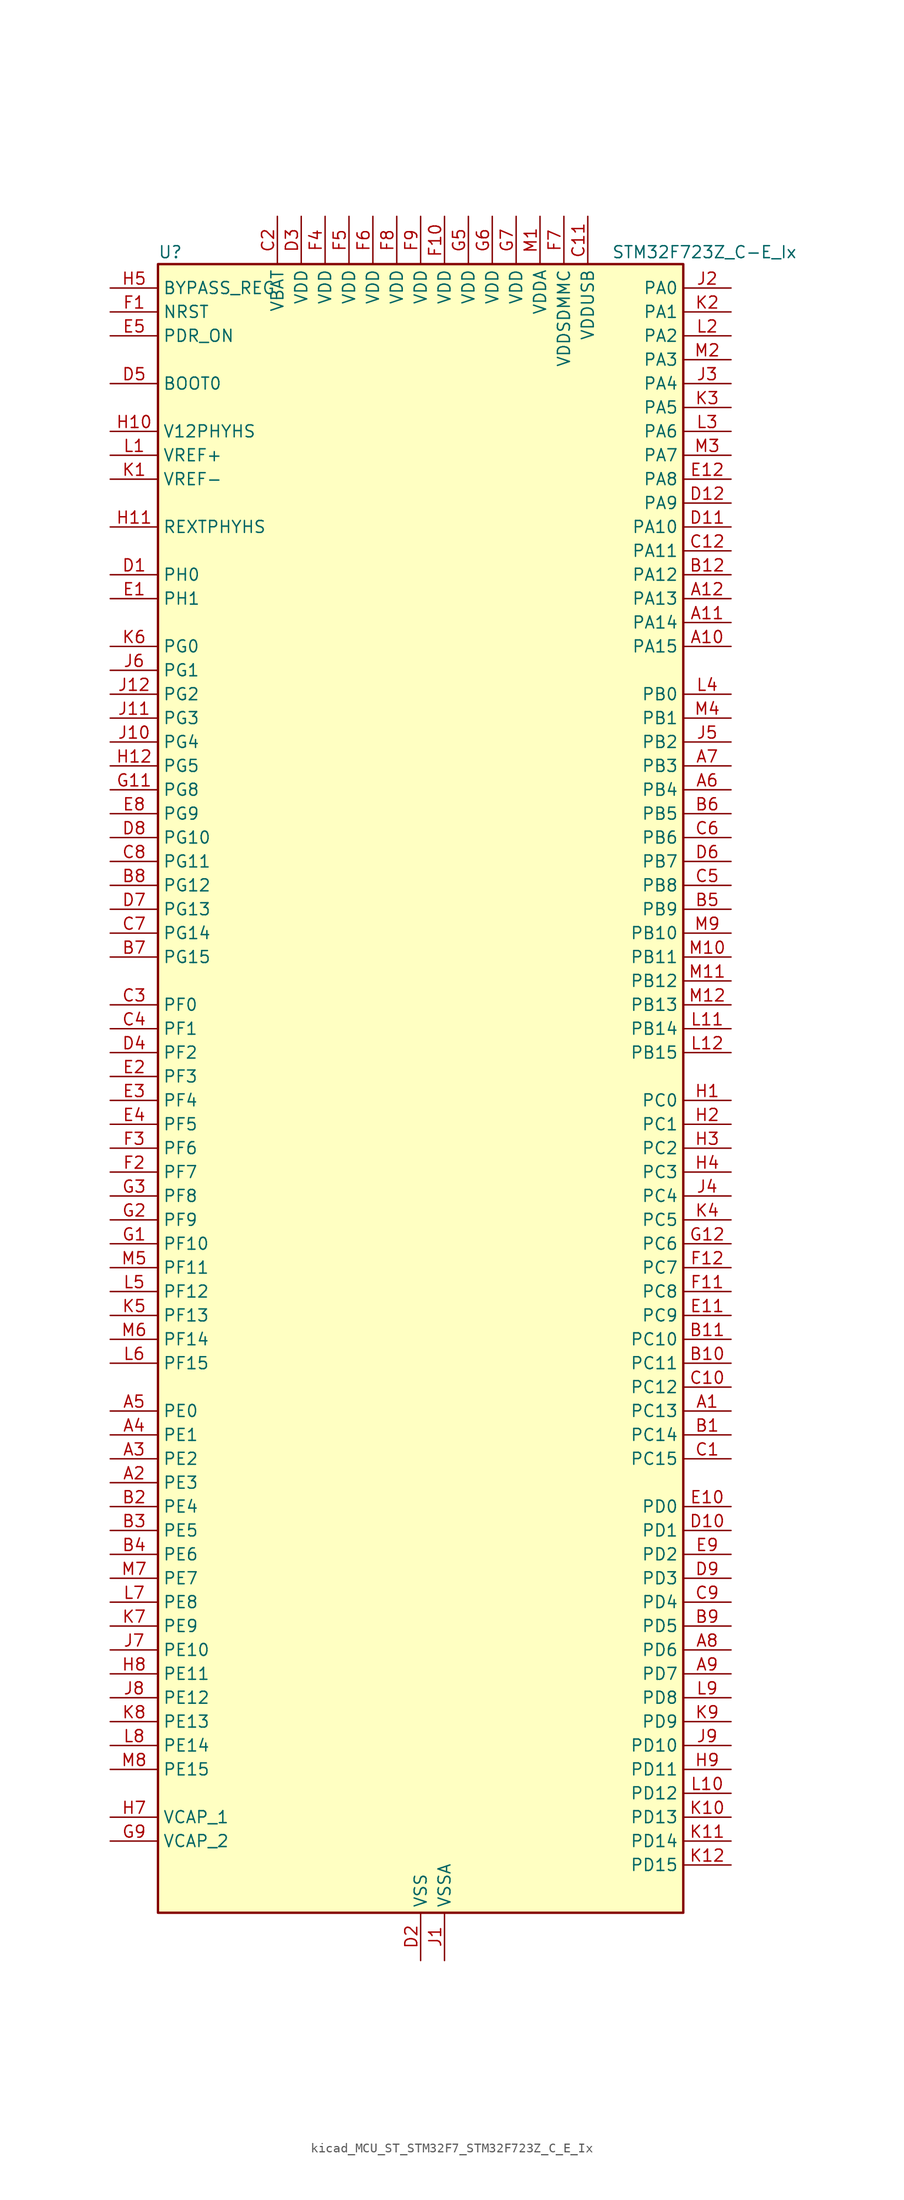
<source format=kicad_sym>
(kicad_symbol_lib
  (version 20220914)
  (generator kicad_symbol_editor)
  (symbol "kicad_MCU_ST_STM32F7_STM32F723Z_C_E_Ix"
    (property "Reference" "U"
      (at -27.94 90.17 0)
      (effects (font (size 1.27 1.27)) (justify left)))
    (property "Value" "STM32F723Z_C-E_Ix"
      (at 20.32 90.17 0)
      (effects (font (size 1.27 1.27)) (justify left)))
    (property "ki_locked" ""
      (at 0 0 0)
      (effects (font (size 1.27 1.27))))
    (symbol "kicad_MCU_ST_STM32F7_STM32F723Z_C_E_Ix_0_1"
      (rectangle (start -27.94 -86.36) (end 27.94 88.9) (stroke (width 0.254) (type default)) (fill (type background))))
    (symbol "kicad_MCU_ST_STM32F7_STM32F723Z_C_E_Ix_1_1"
      (pin bidirectional line (at 33.02 -33.02 180) (length 5.08) (name "PC13" (effects (font (size 1.27 1.27)))) (number "A1" (effects (font (size 1.27 1.27)))) (alternate "RTC_OUT" bidirectional line) (alternate "RTC_TAMP1" bidirectional line) (alternate "RTC_TS" bidirectional line) (alternate "SYS_WKUP4" bidirectional line))
      (pin bidirectional line (at 33.02 48.26 180) (length 5.08) (name "PA15" (effects (font (size 1.27 1.27)))) (number "A10" (effects (font (size 1.27 1.27)))) (alternate "I2S1_WS" bidirectional line) (alternate "I2S3_WS" bidirectional line) (alternate "SPI1_NSS" bidirectional line) (alternate "SPI3_NSS" bidirectional line) (alternate "SYS_JTDI" bidirectional line) (alternate "TIM2_CH1" bidirectional line) (alternate "TIM2_ETR" bidirectional line) (alternate "UART4_DE" bidirectional line) (alternate "UART4_RTS" bidirectional line))
      (pin bidirectional line (at 33.02 50.8 180) (length 5.08) (name "PA14" (effects (font (size 1.27 1.27)))) (number "A11" (effects (font (size 1.27 1.27)))) (alternate "SYS_JTCK-SWCLK" bidirectional line))
      (pin bidirectional line (at 33.02 53.34 180) (length 5.08) (name "PA13" (effects (font (size 1.27 1.27)))) (number "A12" (effects (font (size 1.27 1.27)))) (alternate "SYS_JTMS-SWDIO" bidirectional line))
      (pin bidirectional line (at -33.02 -40.64 0) (length 5.08) (name "PE3" (effects (font (size 1.27 1.27)))) (number "A2" (effects (font (size 1.27 1.27)))) (alternate "FMC_A19" bidirectional line) (alternate "SAI1_SD_B" bidirectional line) (alternate "SYS_TRACED0" bidirectional line))
      (pin bidirectional line (at -33.02 -38.1 0) (length 5.08) (name "PE2" (effects (font (size 1.27 1.27)))) (number "A3" (effects (font (size 1.27 1.27)))) (alternate "FMC_A23" bidirectional line) (alternate "QUADSPI_BK1_IO2" bidirectional line) (alternate "SAI1_MCLK_A" bidirectional line) (alternate "SPI4_SCK" bidirectional line) (alternate "SYS_TRACECLK" bidirectional line))
      (pin bidirectional line (at -33.02 -35.56 0) (length 5.08) (name "PE1" (effects (font (size 1.27 1.27)))) (number "A4" (effects (font (size 1.27 1.27)))) (alternate "FMC_NBL1" bidirectional line) (alternate "LPTIM1_IN2" bidirectional line) (alternate "UART8_TX" bidirectional line))
      (pin bidirectional line (at -33.02 -33.02 0) (length 5.08) (name "PE0" (effects (font (size 1.27 1.27)))) (number "A5" (effects (font (size 1.27 1.27)))) (alternate "FMC_NBL0" bidirectional line) (alternate "LPTIM1_ETR" bidirectional line) (alternate "SAI2_MCLK_A" bidirectional line) (alternate "TIM4_ETR" bidirectional line) (alternate "UART8_RX" bidirectional line))
      (pin bidirectional line (at 33.02 33.02 180) (length 5.08) (name "PB4" (effects (font (size 1.27 1.27)))) (number "A6" (effects (font (size 1.27 1.27)))) (alternate "I2S2_WS" bidirectional line) (alternate "SDMMC2_D3" bidirectional line) (alternate "SPI1_MISO" bidirectional line) (alternate "SPI2_NSS" bidirectional line) (alternate "SPI3_MISO" bidirectional line) (alternate "SYS_JTRST" bidirectional line) (alternate "TIM3_CH1" bidirectional line))
      (pin bidirectional line (at 33.02 35.56 180) (length 5.08) (name "PB3" (effects (font (size 1.27 1.27)))) (number "A7" (effects (font (size 1.27 1.27)))) (alternate "I2S1_CK" bidirectional line) (alternate "I2S3_CK" bidirectional line) (alternate "SDMMC2_D2" bidirectional line) (alternate "SPI1_SCK" bidirectional line) (alternate "SPI3_SCK" bidirectional line) (alternate "SYS_JTDO-SWO" bidirectional line) (alternate "TIM2_CH2" bidirectional line))
      (pin bidirectional line (at 33.02 -58.42 180) (length 5.08) (name "PD6" (effects (font (size 1.27 1.27)))) (number "A8" (effects (font (size 1.27 1.27)))) (alternate "FMC_NWAIT" bidirectional line) (alternate "I2S3_SD" bidirectional line) (alternate "SAI1_SD_A" bidirectional line) (alternate "SDMMC2_CK" bidirectional line) (alternate "SPI3_MOSI" bidirectional line) (alternate "USART2_RX" bidirectional line))
      (pin bidirectional line (at 33.02 -60.96 180) (length 5.08) (name "PD7" (effects (font (size 1.27 1.27)))) (number "A9" (effects (font (size 1.27 1.27)))) (alternate "FMC_NE1" bidirectional line) (alternate "SDMMC2_CMD" bidirectional line) (alternate "USART2_CK" bidirectional line))
      (pin bidirectional line (at 33.02 -35.56 180) (length 5.08) (name "PC14" (effects (font (size 1.27 1.27)))) (number "B1" (effects (font (size 1.27 1.27)))) (alternate "RCC_OSC32_IN" bidirectional line))
      (pin bidirectional line (at 33.02 -27.94 180) (length 5.08) (name "PC11" (effects (font (size 1.27 1.27)))) (number "B10" (effects (font (size 1.27 1.27)))) (alternate "ADC1_EXTI11" bidirectional line) (alternate "ADC2_EXTI11" bidirectional line) (alternate "ADC3_EXTI11" bidirectional line) (alternate "QUADSPI_BK2_NCS" bidirectional line) (alternate "SDMMC1_D3" bidirectional line) (alternate "SPI3_MISO" bidirectional line) (alternate "UART4_RX" bidirectional line) (alternate "USART3_RX" bidirectional line))
      (pin bidirectional line (at 33.02 -25.4 180) (length 5.08) (name "PC10" (effects (font (size 1.27 1.27)))) (number "B11" (effects (font (size 1.27 1.27)))) (alternate "I2S3_CK" bidirectional line) (alternate "QUADSPI_BK1_IO1" bidirectional line) (alternate "SDMMC1_D2" bidirectional line) (alternate "SPI3_SCK" bidirectional line) (alternate "UART4_TX" bidirectional line) (alternate "USART3_TX" bidirectional line))
      (pin bidirectional line (at 33.02 55.88 180) (length 5.08) (name "PA12" (effects (font (size 1.27 1.27)))) (number "B12" (effects (font (size 1.27 1.27)))) (alternate "CAN1_TX" bidirectional line) (alternate "SAI2_FS_B" bidirectional line) (alternate "TIM1_ETR" bidirectional line) (alternate "USART1_DE" bidirectional line) (alternate "USART1_RTS" bidirectional line) (alternate "USB_OTG_FS_DP" bidirectional line))
      (pin bidirectional line (at -33.02 -43.18 0) (length 5.08) (name "PE4" (effects (font (size 1.27 1.27)))) (number "B2" (effects (font (size 1.27 1.27)))) (alternate "FMC_A20" bidirectional line) (alternate "SAI1_FS_A" bidirectional line) (alternate "SPI4_NSS" bidirectional line) (alternate "SYS_TRACED1" bidirectional line))
      (pin bidirectional line (at -33.02 -45.72 0) (length 5.08) (name "PE5" (effects (font (size 1.27 1.27)))) (number "B3" (effects (font (size 1.27 1.27)))) (alternate "FMC_A21" bidirectional line) (alternate "SAI1_SCK_A" bidirectional line) (alternate "SPI4_MISO" bidirectional line) (alternate "SYS_TRACED2" bidirectional line) (alternate "TIM9_CH1" bidirectional line))
      (pin bidirectional line (at -33.02 -48.26 0) (length 5.08) (name "PE6" (effects (font (size 1.27 1.27)))) (number "B4" (effects (font (size 1.27 1.27)))) (alternate "FMC_A22" bidirectional line) (alternate "SAI1_SD_A" bidirectional line) (alternate "SAI2_MCLK_B" bidirectional line) (alternate "SPI4_MOSI" bidirectional line) (alternate "SYS_TRACED3" bidirectional line) (alternate "TIM1_BKIN2" bidirectional line) (alternate "TIM9_CH2" bidirectional line))
      (pin bidirectional line (at 33.02 20.32 180) (length 5.08) (name "PB9" (effects (font (size 1.27 1.27)))) (number "B5" (effects (font (size 1.27 1.27)))) (alternate "CAN1_TX" bidirectional line) (alternate "DAC_EXTI9" bidirectional line) (alternate "I2C1_SDA" bidirectional line) (alternate "I2S2_WS" bidirectional line) (alternate "SDMMC1_D5" bidirectional line) (alternate "SDMMC2_D5" bidirectional line) (alternate "SPI2_NSS" bidirectional line) (alternate "TIM11_CH1" bidirectional line) (alternate "TIM4_CH4" bidirectional line))
      (pin bidirectional line (at 33.02 30.48 180) (length 5.08) (name "PB5" (effects (font (size 1.27 1.27)))) (number "B6" (effects (font (size 1.27 1.27)))) (alternate "FMC_SDCKE1" bidirectional line) (alternate "I2C1_SMBA" bidirectional line) (alternate "I2S1_SD" bidirectional line) (alternate "I2S3_SD" bidirectional line) (alternate "SPI1_MOSI" bidirectional line) (alternate "SPI3_MOSI" bidirectional line) (alternate "TIM3_CH2" bidirectional line))
      (pin bidirectional line (at -33.02 15.24 0) (length 5.08) (name "PG15" (effects (font (size 1.27 1.27)))) (number "B7" (effects (font (size 1.27 1.27)))) (alternate "FMC_SDNCAS" bidirectional line) (alternate "USART6_CTS" bidirectional line))
      (pin bidirectional line (at -33.02 22.86 0) (length 5.08) (name "PG12" (effects (font (size 1.27 1.27)))) (number "B8" (effects (font (size 1.27 1.27)))) (alternate "FMC_NE4" bidirectional line) (alternate "LPTIM1_IN1" bidirectional line) (alternate "SDMMC2_D3" bidirectional line) (alternate "USART6_DE" bidirectional line) (alternate "USART6_RTS" bidirectional line))
      (pin bidirectional line (at 33.02 -55.88 180) (length 5.08) (name "PD5" (effects (font (size 1.27 1.27)))) (number "B9" (effects (font (size 1.27 1.27)))) (alternate "FMC_NWE" bidirectional line) (alternate "USART2_TX" bidirectional line))
      (pin bidirectional line (at 33.02 -38.1 180) (length 5.08) (name "PC15" (effects (font (size 1.27 1.27)))) (number "C1" (effects (font (size 1.27 1.27)))) (alternate "RCC_OSC32_OUT" bidirectional line))
      (pin bidirectional line (at 33.02 -30.48 180) (length 5.08) (name "PC12" (effects (font (size 1.27 1.27)))) (number "C10" (effects (font (size 1.27 1.27)))) (alternate "I2S3_SD" bidirectional line) (alternate "SDMMC1_CK" bidirectional line) (alternate "SPI3_MOSI" bidirectional line) (alternate "SYS_TRACED3" bidirectional line) (alternate "UART5_TX" bidirectional line) (alternate "USART3_CK" bidirectional line))
      (pin power_in line (at 17.78 93.98 270) (length 5.08) (name "VDDUSB" (effects (font (size 1.27 1.27)))) (number "C11" (effects (font (size 1.27 1.27)))))
      (pin bidirectional line (at 33.02 58.42 180) (length 5.08) (name "PA11" (effects (font (size 1.27 1.27)))) (number "C12" (effects (font (size 1.27 1.27)))) (alternate "ADC1_EXTI11" bidirectional line) (alternate "ADC2_EXTI11" bidirectional line) (alternate "ADC3_EXTI11" bidirectional line) (alternate "CAN1_RX" bidirectional line) (alternate "TIM1_CH4" bidirectional line) (alternate "USART1_CTS" bidirectional line) (alternate "USB_OTG_FS_DM" bidirectional line))
      (pin power_in line (at -15.24 93.98 270) (length 5.08) (name "VBAT" (effects (font (size 1.27 1.27)))) (number "C2" (effects (font (size 1.27 1.27)))))
      (pin bidirectional line (at -33.02 10.16 0) (length 5.08) (name "PF0" (effects (font (size 1.27 1.27)))) (number "C3" (effects (font (size 1.27 1.27)))) (alternate "FMC_A0" bidirectional line) (alternate "I2C2_SDA" bidirectional line))
      (pin bidirectional line (at -33.02 7.62 0) (length 5.08) (name "PF1" (effects (font (size 1.27 1.27)))) (number "C4" (effects (font (size 1.27 1.27)))) (alternate "FMC_A1" bidirectional line) (alternate "I2C2_SCL" bidirectional line))
      (pin bidirectional line (at 33.02 22.86 180) (length 5.08) (name "PB8" (effects (font (size 1.27 1.27)))) (number "C5" (effects (font (size 1.27 1.27)))) (alternate "CAN1_RX" bidirectional line) (alternate "I2C1_SCL" bidirectional line) (alternate "SDMMC1_D4" bidirectional line) (alternate "SDMMC2_D4" bidirectional line) (alternate "TIM10_CH1" bidirectional line) (alternate "TIM4_CH3" bidirectional line))
      (pin bidirectional line (at 33.02 27.94 180) (length 5.08) (name "PB6" (effects (font (size 1.27 1.27)))) (number "C6" (effects (font (size 1.27 1.27)))) (alternate "FMC_SDNE1" bidirectional line) (alternate "I2C1_SCL" bidirectional line) (alternate "QUADSPI_BK1_NCS" bidirectional line) (alternate "TIM4_CH1" bidirectional line) (alternate "USART1_TX" bidirectional line))
      (pin bidirectional line (at -33.02 17.78 0) (length 5.08) (name "PG14" (effects (font (size 1.27 1.27)))) (number "C7" (effects (font (size 1.27 1.27)))) (alternate "FMC_A25" bidirectional line) (alternate "LPTIM1_ETR" bidirectional line) (alternate "QUADSPI_BK2_IO3" bidirectional line) (alternate "SYS_TRACED1" bidirectional line) (alternate "USART6_TX" bidirectional line))
      (pin bidirectional line (at -33.02 25.4 0) (length 5.08) (name "PG11" (effects (font (size 1.27 1.27)))) (number "C8" (effects (font (size 1.27 1.27)))) (alternate "ADC1_EXTI11" bidirectional line) (alternate "ADC2_EXTI11" bidirectional line) (alternate "ADC3_EXTI11" bidirectional line) (alternate "FMC_INT" bidirectional line) (alternate "SDMMC2_D2" bidirectional line))
      (pin bidirectional line (at 33.02 -53.34 180) (length 5.08) (name "PD4" (effects (font (size 1.27 1.27)))) (number "C9" (effects (font (size 1.27 1.27)))) (alternate "FMC_NOE" bidirectional line) (alternate "USART2_DE" bidirectional line) (alternate "USART2_RTS" bidirectional line))
      (pin bidirectional line (at -33.02 55.88 0) (length 5.08) (name "PH0" (effects (font (size 1.27 1.27)))) (number "D1" (effects (font (size 1.27 1.27)))) (alternate "RCC_OSC_IN" bidirectional line))
      (pin bidirectional line (at 33.02 -45.72 180) (length 5.08) (name "PD1" (effects (font (size 1.27 1.27)))) (number "D10" (effects (font (size 1.27 1.27)))) (alternate "CAN1_TX" bidirectional line) (alternate "FMC_D3" bidirectional line) (alternate "FMC_DA3" bidirectional line))
      (pin bidirectional line (at 33.02 60.96 180) (length 5.08) (name "PA10" (effects (font (size 1.27 1.27)))) (number "D11" (effects (font (size 1.27 1.27)))) (alternate "TIM1_CH3" bidirectional line) (alternate "USART1_RX" bidirectional line) (alternate "USB_OTG_FS_ID" bidirectional line))
      (pin bidirectional line (at 33.02 63.5 180) (length 5.08) (name "PA9" (effects (font (size 1.27 1.27)))) (number "D12" (effects (font (size 1.27 1.27)))) (alternate "DAC_EXTI9" bidirectional line) (alternate "I2C3_SMBA" bidirectional line) (alternate "I2S2_CK" bidirectional line) (alternate "SPI2_SCK" bidirectional line) (alternate "TIM1_CH2" bidirectional line) (alternate "USART1_TX" bidirectional line) (alternate "USB_OTG_FS_VBUS" bidirectional line))
      (pin power_in line (at 0 -91.44 90) (length 5.08) (name "VSS" (effects (font (size 1.27 1.27)))) (number "D2" (effects (font (size 1.27 1.27)))))
      (pin power_in line (at -12.7 93.98 270) (length 5.08) (name "VDD" (effects (font (size 1.27 1.27)))) (number "D3" (effects (font (size 1.27 1.27)))))
      (pin bidirectional line (at -33.02 5.08 0) (length 5.08) (name "PF2" (effects (font (size 1.27 1.27)))) (number "D4" (effects (font (size 1.27 1.27)))) (alternate "FMC_A2" bidirectional line) (alternate "I2C2_SMBA" bidirectional line))
      (pin input line (at -33.02 76.2 0) (length 5.08) (name "BOOT0" (effects (font (size 1.27 1.27)))) (number "D5" (effects (font (size 1.27 1.27)))))
      (pin bidirectional line (at 33.02 25.4 180) (length 5.08) (name "PB7" (effects (font (size 1.27 1.27)))) (number "D6" (effects (font (size 1.27 1.27)))) (alternate "FMC_NL" bidirectional line) (alternate "I2C1_SDA" bidirectional line) (alternate "TIM4_CH2" bidirectional line) (alternate "USART1_RX" bidirectional line))
      (pin bidirectional line (at -33.02 20.32 0) (length 5.08) (name "PG13" (effects (font (size 1.27 1.27)))) (number "D7" (effects (font (size 1.27 1.27)))) (alternate "FMC_A24" bidirectional line) (alternate "LPTIM1_OUT" bidirectional line) (alternate "SYS_TRACED0" bidirectional line) (alternate "USART6_CTS" bidirectional line))
      (pin bidirectional line (at -33.02 27.94 0) (length 5.08) (name "PG10" (effects (font (size 1.27 1.27)))) (number "D8" (effects (font (size 1.27 1.27)))) (alternate "FMC_NE3" bidirectional line) (alternate "SAI2_SD_B" bidirectional line) (alternate "SDMMC2_D1" bidirectional line))
      (pin bidirectional line (at 33.02 -50.8 180) (length 5.08) (name "PD3" (effects (font (size 1.27 1.27)))) (number "D9" (effects (font (size 1.27 1.27)))) (alternate "FMC_CLK" bidirectional line) (alternate "I2S2_CK" bidirectional line) (alternate "SPI2_SCK" bidirectional line) (alternate "USART2_CTS" bidirectional line))
      (pin bidirectional line (at -33.02 53.34 0) (length 5.08) (name "PH1" (effects (font (size 1.27 1.27)))) (number "E1" (effects (font (size 1.27 1.27)))) (alternate "RCC_OSC_OUT" bidirectional line))
      (pin bidirectional line (at 33.02 -43.18 180) (length 5.08) (name "PD0" (effects (font (size 1.27 1.27)))) (number "E10" (effects (font (size 1.27 1.27)))) (alternate "CAN1_RX" bidirectional line) (alternate "FMC_D2" bidirectional line) (alternate "FMC_DA2" bidirectional line))
      (pin bidirectional line (at 33.02 -22.86 180) (length 5.08) (name "PC9" (effects (font (size 1.27 1.27)))) (number "E11" (effects (font (size 1.27 1.27)))) (alternate "DAC_EXTI9" bidirectional line) (alternate "I2C3_SDA" bidirectional line) (alternate "I2S_CKIN" bidirectional line) (alternate "QUADSPI_BK1_IO0" bidirectional line) (alternate "RCC_MCO_2" bidirectional line) (alternate "SDMMC1_D1" bidirectional line) (alternate "TIM3_CH4" bidirectional line) (alternate "TIM8_CH4" bidirectional line) (alternate "UART5_CTS" bidirectional line))
      (pin bidirectional line (at 33.02 66.04 180) (length 5.08) (name "PA8" (effects (font (size 1.27 1.27)))) (number "E12" (effects (font (size 1.27 1.27)))) (alternate "I2C3_SCL" bidirectional line) (alternate "RCC_MCO_1" bidirectional line) (alternate "TIM1_CH1" bidirectional line) (alternate "TIM8_BKIN2" bidirectional line) (alternate "USART1_CK" bidirectional line) (alternate "USB_OTG_FS_SOF" bidirectional line))
      (pin bidirectional line (at -33.02 2.54 0) (length 5.08) (name "PF3" (effects (font (size 1.27 1.27)))) (number "E2" (effects (font (size 1.27 1.27)))) (alternate "ADC3_IN9" bidirectional line) (alternate "FMC_A3" bidirectional line))
      (pin bidirectional line (at -33.02 0 0) (length 5.08) (name "PF4" (effects (font (size 1.27 1.27)))) (number "E3" (effects (font (size 1.27 1.27)))) (alternate "ADC3_IN14" bidirectional line) (alternate "FMC_A4" bidirectional line))
      (pin bidirectional line (at -33.02 -2.54 0) (length 5.08) (name "PF5" (effects (font (size 1.27 1.27)))) (number "E4" (effects (font (size 1.27 1.27)))) (alternate "ADC3_IN15" bidirectional line) (alternate "FMC_A5" bidirectional line))
      (pin input line (at -33.02 81.28 0) (length 5.08) (name "PDR_ON" (effects (font (size 1.27 1.27)))) (number "E5" (effects (font (size 1.27 1.27)))))
      (pin passive line (at 0 -91.44 90) (length 5.08) hide (name "VSS" (effects (font (size 1.27 1.27)))) (number "E6" (effects (font (size 1.27 1.27)))))
      (pin passive line (at 0 -91.44 90) (length 5.08) hide (name "VSS" (effects (font (size 1.27 1.27)))) (number "E7" (effects (font (size 1.27 1.27)))))
      (pin bidirectional line (at -33.02 30.48 0) (length 5.08) (name "PG9" (effects (font (size 1.27 1.27)))) (number "E8" (effects (font (size 1.27 1.27)))) (alternate "DAC_EXTI9" bidirectional line) (alternate "FMC_NCE" bidirectional line) (alternate "FMC_NE2" bidirectional line) (alternate "QUADSPI_BK2_IO2" bidirectional line) (alternate "SAI2_FS_B" bidirectional line) (alternate "SDMMC2_D0" bidirectional line) (alternate "USART6_RX" bidirectional line))
      (pin bidirectional line (at 33.02 -48.26 180) (length 5.08) (name "PD2" (effects (font (size 1.27 1.27)))) (number "E9" (effects (font (size 1.27 1.27)))) (alternate "SDMMC1_CMD" bidirectional line) (alternate "SYS_TRACED2" bidirectional line) (alternate "TIM3_ETR" bidirectional line) (alternate "UART5_RX" bidirectional line))
      (pin input line (at -33.02 83.82 0) (length 5.08) (name "NRST" (effects (font (size 1.27 1.27)))) (number "F1" (effects (font (size 1.27 1.27)))))
      (pin power_in line (at 2.54 93.98 270) (length 5.08) (name "VDD" (effects (font (size 1.27 1.27)))) (number "F10" (effects (font (size 1.27 1.27)))))
      (pin bidirectional line (at 33.02 -20.32 180) (length 5.08) (name "PC8" (effects (font (size 1.27 1.27)))) (number "F11" (effects (font (size 1.27 1.27)))) (alternate "SDMMC1_D0" bidirectional line) (alternate "SYS_TRACED1" bidirectional line) (alternate "TIM3_CH3" bidirectional line) (alternate "TIM8_CH3" bidirectional line) (alternate "UART5_DE" bidirectional line) (alternate "UART5_RTS" bidirectional line) (alternate "USART6_CK" bidirectional line))
      (pin bidirectional line (at 33.02 -17.78 180) (length 5.08) (name "PC7" (effects (font (size 1.27 1.27)))) (number "F12" (effects (font (size 1.27 1.27)))) (alternate "I2S3_MCK" bidirectional line) (alternate "SDMMC1_D7" bidirectional line) (alternate "SDMMC2_D7" bidirectional line) (alternate "TIM3_CH2" bidirectional line) (alternate "TIM8_CH2" bidirectional line) (alternate "USART6_RX" bidirectional line))
      (pin bidirectional line (at -33.02 -7.62 0) (length 5.08) (name "PF7" (effects (font (size 1.27 1.27)))) (number "F2" (effects (font (size 1.27 1.27)))) (alternate "ADC3_IN5" bidirectional line) (alternate "QUADSPI_BK1_IO2" bidirectional line) (alternate "SAI1_MCLK_B" bidirectional line) (alternate "SPI5_SCK" bidirectional line) (alternate "TIM11_CH1" bidirectional line) (alternate "UART7_TX" bidirectional line))
      (pin bidirectional line (at -33.02 -5.08 0) (length 5.08) (name "PF6" (effects (font (size 1.27 1.27)))) (number "F3" (effects (font (size 1.27 1.27)))) (alternate "ADC3_IN4" bidirectional line) (alternate "QUADSPI_BK1_IO3" bidirectional line) (alternate "SAI1_SD_B" bidirectional line) (alternate "SPI5_NSS" bidirectional line) (alternate "TIM10_CH1" bidirectional line) (alternate "UART7_RX" bidirectional line))
      (pin power_in line (at -10.16 93.98 270) (length 5.08) (name "VDD" (effects (font (size 1.27 1.27)))) (number "F4" (effects (font (size 1.27 1.27)))))
      (pin power_in line (at -7.62 93.98 270) (length 5.08) (name "VDD" (effects (font (size 1.27 1.27)))) (number "F5" (effects (font (size 1.27 1.27)))))
      (pin power_in line (at -5.08 93.98 270) (length 5.08) (name "VDD" (effects (font (size 1.27 1.27)))) (number "F6" (effects (font (size 1.27 1.27)))))
      (pin power_in line (at 15.24 93.98 270) (length 5.08) (name "VDDSDMMC" (effects (font (size 1.27 1.27)))) (number "F7" (effects (font (size 1.27 1.27)))))
      (pin power_in line (at -2.54 93.98 270) (length 5.08) (name "VDD" (effects (font (size 1.27 1.27)))) (number "F8" (effects (font (size 1.27 1.27)))))
      (pin power_in line (at 0 93.98 270) (length 5.08) (name "VDD" (effects (font (size 1.27 1.27)))) (number "F9" (effects (font (size 1.27 1.27)))))
      (pin bidirectional line (at -33.02 -15.24 0) (length 5.08) (name "PF10" (effects (font (size 1.27 1.27)))) (number "G1" (effects (font (size 1.27 1.27)))) (alternate "ADC3_IN8" bidirectional line))
      (pin passive line (at 0 -91.44 90) (length 5.08) hide (name "VSS" (effects (font (size 1.27 1.27)))) (number "G10" (effects (font (size 1.27 1.27)))))
      (pin bidirectional line (at -33.02 33.02 0) (length 5.08) (name "PG8" (effects (font (size 1.27 1.27)))) (number "G11" (effects (font (size 1.27 1.27)))) (alternate "FMC_SDCLK" bidirectional line) (alternate "USART6_DE" bidirectional line) (alternate "USART6_RTS" bidirectional line))
      (pin bidirectional line (at 33.02 -15.24 180) (length 5.08) (name "PC6" (effects (font (size 1.27 1.27)))) (number "G12" (effects (font (size 1.27 1.27)))) (alternate "I2S2_MCK" bidirectional line) (alternate "SDMMC1_D6" bidirectional line) (alternate "SDMMC2_D6" bidirectional line) (alternate "TIM3_CH1" bidirectional line) (alternate "TIM8_CH1" bidirectional line) (alternate "USART6_TX" bidirectional line))
      (pin bidirectional line (at -33.02 -12.7 0) (length 5.08) (name "PF9" (effects (font (size 1.27 1.27)))) (number "G2" (effects (font (size 1.27 1.27)))) (alternate "ADC3_IN7" bidirectional line) (alternate "DAC_EXTI9" bidirectional line) (alternate "QUADSPI_BK1_IO1" bidirectional line) (alternate "SAI1_FS_B" bidirectional line) (alternate "SPI5_MOSI" bidirectional line) (alternate "TIM14_CH1" bidirectional line) (alternate "UART7_CTS" bidirectional line))
      (pin bidirectional line (at -33.02 -10.16 0) (length 5.08) (name "PF8" (effects (font (size 1.27 1.27)))) (number "G3" (effects (font (size 1.27 1.27)))) (alternate "ADC3_IN6" bidirectional line) (alternate "QUADSPI_BK1_IO0" bidirectional line) (alternate "SAI1_SCK_B" bidirectional line) (alternate "SPI5_MISO" bidirectional line) (alternate "TIM13_CH1" bidirectional line) (alternate "UART7_DE" bidirectional line) (alternate "UART7_RTS" bidirectional line))
      (pin passive line (at 0 -91.44 90) (length 5.08) hide (name "VSS" (effects (font (size 1.27 1.27)))) (number "G4" (effects (font (size 1.27 1.27)))))
      (pin power_in line (at 5.08 93.98 270) (length 5.08) (name "VDD" (effects (font (size 1.27 1.27)))) (number "G5" (effects (font (size 1.27 1.27)))))
      (pin power_in line (at 7.62 93.98 270) (length 5.08) (name "VDD" (effects (font (size 1.27 1.27)))) (number "G6" (effects (font (size 1.27 1.27)))))
      (pin power_in line (at 10.16 93.98 270) (length 5.08) (name "VDD" (effects (font (size 1.27 1.27)))) (number "G7" (effects (font (size 1.27 1.27)))))
      (pin passive line (at 0 -91.44 90) (length 5.08) hide (name "VSS" (effects (font (size 1.27 1.27)))) (number "G8" (effects (font (size 1.27 1.27)))))
      (pin power_out line (at -33.02 -78.74 0) (length 5.08) (name "VCAP_2" (effects (font (size 1.27 1.27)))) (number "G9" (effects (font (size 1.27 1.27)))))
      (pin bidirectional line (at 33.02 0 180) (length 5.08) (name "PC0" (effects (font (size 1.27 1.27)))) (number "H1" (effects (font (size 1.27 1.27)))) (alternate "ADC1_IN10" bidirectional line) (alternate "ADC2_IN10" bidirectional line) (alternate "ADC3_IN10" bidirectional line) (alternate "FMC_SDNWE" bidirectional line) (alternate "SAI2_FS_B" bidirectional line))
      (pin power_in line (at -33.02 71.12 0) (length 5.08) (name "V12PHYHS" (effects (font (size 1.27 1.27)))) (number "H10" (effects (font (size 1.27 1.27)))))
      (pin bidirectional line (at -33.02 60.96 0) (length 5.08) (name "REXTPHYHS" (effects (font (size 1.27 1.27)))) (number "H11" (effects (font (size 1.27 1.27)))) (alternate "USB_OTG_HS_REXTPHYHS" bidirectional line))
      (pin bidirectional line (at -33.02 35.56 0) (length 5.08) (name "PG5" (effects (font (size 1.27 1.27)))) (number "H12" (effects (font (size 1.27 1.27)))) (alternate "FMC_A15" bidirectional line) (alternate "FMC_BA1" bidirectional line))
      (pin bidirectional line (at 33.02 -2.54 180) (length 5.08) (name "PC1" (effects (font (size 1.27 1.27)))) (number "H2" (effects (font (size 1.27 1.27)))) (alternate "ADC1_IN11" bidirectional line) (alternate "ADC2_IN11" bidirectional line) (alternate "ADC3_IN11" bidirectional line) (alternate "I2S2_SD" bidirectional line) (alternate "RTC_TAMP3" bidirectional line) (alternate "RTC_TS" bidirectional line) (alternate "SAI1_SD_A" bidirectional line) (alternate "SPI2_MOSI" bidirectional line) (alternate "SYS_TRACED0" bidirectional line) (alternate "SYS_WKUP3" bidirectional line))
      (pin bidirectional line (at 33.02 -5.08 180) (length 5.08) (name "PC2" (effects (font (size 1.27 1.27)))) (number "H3" (effects (font (size 1.27 1.27)))) (alternate "ADC1_IN12" bidirectional line) (alternate "ADC2_IN12" bidirectional line) (alternate "ADC3_IN12" bidirectional line) (alternate "FMC_SDNE0" bidirectional line) (alternate "SPI2_MISO" bidirectional line))
      (pin bidirectional line (at 33.02 -7.62 180) (length 5.08) (name "PC3" (effects (font (size 1.27 1.27)))) (number "H4" (effects (font (size 1.27 1.27)))) (alternate "ADC1_IN13" bidirectional line) (alternate "ADC2_IN13" bidirectional line) (alternate "ADC3_IN13" bidirectional line) (alternate "FMC_SDCKE0" bidirectional line) (alternate "I2S2_SD" bidirectional line) (alternate "SPI2_MOSI" bidirectional line))
      (pin input line (at -33.02 86.36 0) (length 5.08) (name "BYPASS_REG" (effects (font (size 1.27 1.27)))) (number "H5" (effects (font (size 1.27 1.27)))))
      (pin passive line (at 0 -91.44 90) (length 5.08) hide (name "VSS" (effects (font (size 1.27 1.27)))) (number "H6" (effects (font (size 1.27 1.27)))))
      (pin power_out line (at -33.02 -76.2 0) (length 5.08) (name "VCAP_1" (effects (font (size 1.27 1.27)))) (number "H7" (effects (font (size 1.27 1.27)))))
      (pin bidirectional line (at -33.02 -60.96 0) (length 5.08) (name "PE11" (effects (font (size 1.27 1.27)))) (number "H8" (effects (font (size 1.27 1.27)))) (alternate "ADC1_EXTI11" bidirectional line) (alternate "ADC2_EXTI11" bidirectional line) (alternate "ADC3_EXTI11" bidirectional line) (alternate "FMC_D8" bidirectional line) (alternate "FMC_DA8" bidirectional line) (alternate "SAI2_SD_B" bidirectional line) (alternate "SPI4_NSS" bidirectional line) (alternate "TIM1_CH2" bidirectional line))
      (pin bidirectional line (at 33.02 -71.12 180) (length 5.08) (name "PD11" (effects (font (size 1.27 1.27)))) (number "H9" (effects (font (size 1.27 1.27)))) (alternate "ADC1_EXTI11" bidirectional line) (alternate "ADC2_EXTI11" bidirectional line) (alternate "ADC3_EXTI11" bidirectional line) (alternate "FMC_A16" bidirectional line) (alternate "FMC_CLE" bidirectional line) (alternate "QUADSPI_BK1_IO0" bidirectional line) (alternate "SAI2_SD_A" bidirectional line) (alternate "USART3_CTS" bidirectional line))
      (pin power_in line (at 2.54 -91.44 90) (length 5.08) (name "VSSA" (effects (font (size 1.27 1.27)))) (number "J1" (effects (font (size 1.27 1.27)))))
      (pin bidirectional line (at -33.02 38.1 0) (length 5.08) (name "PG4" (effects (font (size 1.27 1.27)))) (number "J10" (effects (font (size 1.27 1.27)))) (alternate "FMC_A14" bidirectional line) (alternate "FMC_BA0" bidirectional line))
      (pin bidirectional line (at -33.02 40.64 0) (length 5.08) (name "PG3" (effects (font (size 1.27 1.27)))) (number "J11" (effects (font (size 1.27 1.27)))) (alternate "FMC_A13" bidirectional line))
      (pin bidirectional line (at -33.02 43.18 0) (length 5.08) (name "PG2" (effects (font (size 1.27 1.27)))) (number "J12" (effects (font (size 1.27 1.27)))) (alternate "FMC_A12" bidirectional line))
      (pin bidirectional line (at 33.02 86.36 180) (length 5.08) (name "PA0" (effects (font (size 1.27 1.27)))) (number "J2" (effects (font (size 1.27 1.27)))) (alternate "ADC1_IN0" bidirectional line) (alternate "ADC2_IN0" bidirectional line) (alternate "ADC3_IN0" bidirectional line) (alternate "SAI2_SD_B" bidirectional line) (alternate "SYS_WKUP1" bidirectional line) (alternate "TIM2_CH1" bidirectional line) (alternate "TIM2_ETR" bidirectional line) (alternate "TIM5_CH1" bidirectional line) (alternate "TIM8_ETR" bidirectional line) (alternate "UART4_TX" bidirectional line) (alternate "USART2_CTS" bidirectional line))
      (pin bidirectional line (at 33.02 76.2 180) (length 5.08) (name "PA4" (effects (font (size 1.27 1.27)))) (number "J3" (effects (font (size 1.27 1.27)))) (alternate "ADC1_IN4" bidirectional line) (alternate "ADC2_IN4" bidirectional line) (alternate "DAC_OUT1" bidirectional line) (alternate "I2S1_WS" bidirectional line) (alternate "I2S3_WS" bidirectional line) (alternate "SPI1_NSS" bidirectional line) (alternate "SPI3_NSS" bidirectional line) (alternate "USART2_CK" bidirectional line) (alternate "USB_OTG_HS_SOF" bidirectional line))
      (pin bidirectional line (at 33.02 -10.16 180) (length 5.08) (name "PC4" (effects (font (size 1.27 1.27)))) (number "J4" (effects (font (size 1.27 1.27)))) (alternate "ADC1_IN14" bidirectional line) (alternate "ADC2_IN14" bidirectional line) (alternate "FMC_SDNE0" bidirectional line) (alternate "I2S1_MCK" bidirectional line))
      (pin bidirectional line (at 33.02 38.1 180) (length 5.08) (name "PB2" (effects (font (size 1.27 1.27)))) (number "J5" (effects (font (size 1.27 1.27)))) (alternate "I2S3_SD" bidirectional line) (alternate "QUADSPI_CLK" bidirectional line) (alternate "SAI1_SD_A" bidirectional line) (alternate "SPI3_MOSI" bidirectional line))
      (pin bidirectional line (at -33.02 45.72 0) (length 5.08) (name "PG1" (effects (font (size 1.27 1.27)))) (number "J6" (effects (font (size 1.27 1.27)))) (alternate "FMC_A11" bidirectional line))
      (pin bidirectional line (at -33.02 -58.42 0) (length 5.08) (name "PE10" (effects (font (size 1.27 1.27)))) (number "J7" (effects (font (size 1.27 1.27)))) (alternate "FMC_D7" bidirectional line) (alternate "FMC_DA7" bidirectional line) (alternate "QUADSPI_BK2_IO3" bidirectional line) (alternate "TIM1_CH2N" bidirectional line) (alternate "UART7_CTS" bidirectional line))
      (pin bidirectional line (at -33.02 -63.5 0) (length 5.08) (name "PE12" (effects (font (size 1.27 1.27)))) (number "J8" (effects (font (size 1.27 1.27)))) (alternate "FMC_D9" bidirectional line) (alternate "FMC_DA9" bidirectional line) (alternate "SAI2_SCK_B" bidirectional line) (alternate "SPI4_SCK" bidirectional line) (alternate "TIM1_CH3N" bidirectional line))
      (pin bidirectional line (at 33.02 -68.58 180) (length 5.08) (name "PD10" (effects (font (size 1.27 1.27)))) (number "J9" (effects (font (size 1.27 1.27)))) (alternate "FMC_D15" bidirectional line) (alternate "FMC_DA15" bidirectional line) (alternate "USART3_CK" bidirectional line))
      (pin input line (at -33.02 66.04 0) (length 5.08) (name "VREF-" (effects (font (size 1.27 1.27)))) (number "K1" (effects (font (size 1.27 1.27)))))
      (pin bidirectional line (at 33.02 -76.2 180) (length 5.08) (name "PD13" (effects (font (size 1.27 1.27)))) (number "K10" (effects (font (size 1.27 1.27)))) (alternate "FMC_A18" bidirectional line) (alternate "LPTIM1_OUT" bidirectional line) (alternate "QUADSPI_BK1_IO3" bidirectional line) (alternate "SAI2_SCK_A" bidirectional line) (alternate "TIM4_CH2" bidirectional line))
      (pin bidirectional line (at 33.02 -78.74 180) (length 5.08) (name "PD14" (effects (font (size 1.27 1.27)))) (number "K11" (effects (font (size 1.27 1.27)))) (alternate "FMC_D0" bidirectional line) (alternate "FMC_DA0" bidirectional line) (alternate "TIM4_CH3" bidirectional line) (alternate "UART8_CTS" bidirectional line))
      (pin bidirectional line (at 33.02 -81.28 180) (length 5.08) (name "PD15" (effects (font (size 1.27 1.27)))) (number "K12" (effects (font (size 1.27 1.27)))) (alternate "FMC_D1" bidirectional line) (alternate "FMC_DA1" bidirectional line) (alternate "TIM4_CH4" bidirectional line) (alternate "UART8_DE" bidirectional line) (alternate "UART8_RTS" bidirectional line))
      (pin bidirectional line (at 33.02 83.82 180) (length 5.08) (name "PA1" (effects (font (size 1.27 1.27)))) (number "K2" (effects (font (size 1.27 1.27)))) (alternate "ADC1_IN1" bidirectional line) (alternate "ADC2_IN1" bidirectional line) (alternate "ADC3_IN1" bidirectional line) (alternate "QUADSPI_BK1_IO3" bidirectional line) (alternate "SAI2_MCLK_B" bidirectional line) (alternate "TIM2_CH2" bidirectional line) (alternate "TIM5_CH2" bidirectional line) (alternate "UART4_RX" bidirectional line) (alternate "USART2_DE" bidirectional line) (alternate "USART2_RTS" bidirectional line))
      (pin bidirectional line (at 33.02 73.66 180) (length 5.08) (name "PA5" (effects (font (size 1.27 1.27)))) (number "K3" (effects (font (size 1.27 1.27)))) (alternate "ADC1_IN5" bidirectional line) (alternate "ADC2_IN5" bidirectional line) (alternate "DAC_OUT2" bidirectional line) (alternate "I2S1_CK" bidirectional line) (alternate "SPI1_SCK" bidirectional line) (alternate "TIM2_CH1" bidirectional line) (alternate "TIM2_ETR" bidirectional line) (alternate "TIM8_CH1N" bidirectional line))
      (pin bidirectional line (at 33.02 -12.7 180) (length 5.08) (name "PC5" (effects (font (size 1.27 1.27)))) (number "K4" (effects (font (size 1.27 1.27)))) (alternate "ADC1_IN15" bidirectional line) (alternate "ADC2_IN15" bidirectional line) (alternate "FMC_SDCKE0" bidirectional line))
      (pin bidirectional line (at -33.02 -22.86 0) (length 5.08) (name "PF13" (effects (font (size 1.27 1.27)))) (number "K5" (effects (font (size 1.27 1.27)))) (alternate "FMC_A7" bidirectional line))
      (pin bidirectional line (at -33.02 48.26 0) (length 5.08) (name "PG0" (effects (font (size 1.27 1.27)))) (number "K6" (effects (font (size 1.27 1.27)))) (alternate "FMC_A10" bidirectional line))
      (pin bidirectional line (at -33.02 -55.88 0) (length 5.08) (name "PE9" (effects (font (size 1.27 1.27)))) (number "K7" (effects (font (size 1.27 1.27)))) (alternate "DAC_EXTI9" bidirectional line) (alternate "FMC_D6" bidirectional line) (alternate "FMC_DA6" bidirectional line) (alternate "QUADSPI_BK2_IO2" bidirectional line) (alternate "TIM1_CH1" bidirectional line) (alternate "UART7_DE" bidirectional line) (alternate "UART7_RTS" bidirectional line))
      (pin bidirectional line (at -33.02 -66.04 0) (length 5.08) (name "PE13" (effects (font (size 1.27 1.27)))) (number "K8" (effects (font (size 1.27 1.27)))) (alternate "FMC_D10" bidirectional line) (alternate "FMC_DA10" bidirectional line) (alternate "SAI2_FS_B" bidirectional line) (alternate "SPI4_MISO" bidirectional line) (alternate "TIM1_CH3" bidirectional line))
      (pin bidirectional line (at 33.02 -66.04 180) (length 5.08) (name "PD9" (effects (font (size 1.27 1.27)))) (number "K9" (effects (font (size 1.27 1.27)))) (alternate "DAC_EXTI9" bidirectional line) (alternate "FMC_D14" bidirectional line) (alternate "FMC_DA14" bidirectional line) (alternate "USART3_RX" bidirectional line))
      (pin input line (at -33.02 68.58 0) (length 5.08) (name "VREF+" (effects (font (size 1.27 1.27)))) (number "L1" (effects (font (size 1.27 1.27)))))
      (pin bidirectional line (at 33.02 -73.66 180) (length 5.08) (name "PD12" (effects (font (size 1.27 1.27)))) (number "L10" (effects (font (size 1.27 1.27)))) (alternate "FMC_A17" bidirectional line) (alternate "FMC_ALE" bidirectional line) (alternate "LPTIM1_IN1" bidirectional line) (alternate "QUADSPI_BK1_IO1" bidirectional line) (alternate "SAI2_FS_A" bidirectional line) (alternate "TIM4_CH1" bidirectional line) (alternate "USART3_DE" bidirectional line) (alternate "USART3_RTS" bidirectional line))
      (pin bidirectional line (at 33.02 7.62 180) (length 5.08) (name "PB14" (effects (font (size 1.27 1.27)))) (number "L11" (effects (font (size 1.27 1.27)))) (alternate "USB_OTG_HS_DM" bidirectional line))
      (pin bidirectional line (at 33.02 5.08 180) (length 5.08) (name "PB15" (effects (font (size 1.27 1.27)))) (number "L12" (effects (font (size 1.27 1.27)))) (alternate "USB_OTG_HS_DP" bidirectional line))
      (pin bidirectional line (at 33.02 81.28 180) (length 5.08) (name "PA2" (effects (font (size 1.27 1.27)))) (number "L2" (effects (font (size 1.27 1.27)))) (alternate "ADC1_IN2" bidirectional line) (alternate "ADC2_IN2" bidirectional line) (alternate "ADC3_IN2" bidirectional line) (alternate "SAI2_SCK_B" bidirectional line) (alternate "SYS_WKUP2" bidirectional line) (alternate "TIM2_CH3" bidirectional line) (alternate "TIM5_CH3" bidirectional line) (alternate "TIM9_CH1" bidirectional line) (alternate "USART2_TX" bidirectional line))
      (pin bidirectional line (at 33.02 71.12 180) (length 5.08) (name "PA6" (effects (font (size 1.27 1.27)))) (number "L3" (effects (font (size 1.27 1.27)))) (alternate "ADC1_IN6" bidirectional line) (alternate "ADC2_IN6" bidirectional line) (alternate "SPI1_MISO" bidirectional line) (alternate "TIM13_CH1" bidirectional line) (alternate "TIM1_BKIN" bidirectional line) (alternate "TIM3_CH1" bidirectional line) (alternate "TIM8_BKIN" bidirectional line))
      (pin bidirectional line (at 33.02 43.18 180) (length 5.08) (name "PB0" (effects (font (size 1.27 1.27)))) (number "L4" (effects (font (size 1.27 1.27)))) (alternate "ADC1_IN8" bidirectional line) (alternate "ADC2_IN8" bidirectional line) (alternate "TIM1_CH2N" bidirectional line) (alternate "TIM3_CH3" bidirectional line) (alternate "TIM8_CH2N" bidirectional line) (alternate "UART4_CTS" bidirectional line))
      (pin bidirectional line (at -33.02 -20.32 0) (length 5.08) (name "PF12" (effects (font (size 1.27 1.27)))) (number "L5" (effects (font (size 1.27 1.27)))) (alternate "FMC_A6" bidirectional line))
      (pin bidirectional line (at -33.02 -27.94 0) (length 5.08) (name "PF15" (effects (font (size 1.27 1.27)))) (number "L6" (effects (font (size 1.27 1.27)))) (alternate "FMC_A9" bidirectional line))
      (pin bidirectional line (at -33.02 -53.34 0) (length 5.08) (name "PE8" (effects (font (size 1.27 1.27)))) (number "L7" (effects (font (size 1.27 1.27)))) (alternate "FMC_D5" bidirectional line) (alternate "FMC_DA5" bidirectional line) (alternate "QUADSPI_BK2_IO1" bidirectional line) (alternate "TIM1_CH1N" bidirectional line) (alternate "UART7_TX" bidirectional line))
      (pin bidirectional line (at -33.02 -68.58 0) (length 5.08) (name "PE14" (effects (font (size 1.27 1.27)))) (number "L8" (effects (font (size 1.27 1.27)))) (alternate "FMC_D11" bidirectional line) (alternate "FMC_DA11" bidirectional line) (alternate "SAI2_MCLK_B" bidirectional line) (alternate "SPI4_MOSI" bidirectional line) (alternate "TIM1_CH4" bidirectional line))
      (pin bidirectional line (at 33.02 -63.5 180) (length 5.08) (name "PD8" (effects (font (size 1.27 1.27)))) (number "L9" (effects (font (size 1.27 1.27)))) (alternate "FMC_D13" bidirectional line) (alternate "FMC_DA13" bidirectional line) (alternate "USART3_TX" bidirectional line))
      (pin power_in line (at 12.7 93.98 270) (length 5.08) (name "VDDA" (effects (font (size 1.27 1.27)))) (number "M1" (effects (font (size 1.27 1.27)))))
      (pin bidirectional line (at 33.02 15.24 180) (length 5.08) (name "PB11" (effects (font (size 1.27 1.27)))) (number "M10" (effects (font (size 1.27 1.27)))) (alternate "ADC1_EXTI11" bidirectional line) (alternate "ADC2_EXTI11" bidirectional line) (alternate "ADC3_EXTI11" bidirectional line) (alternate "I2C2_SDA" bidirectional line) (alternate "TIM2_CH4" bidirectional line) (alternate "USART3_RX" bidirectional line))
      (pin bidirectional line (at 33.02 12.7 180) (length 5.08) (name "PB12" (effects (font (size 1.27 1.27)))) (number "M11" (effects (font (size 1.27 1.27)))) (alternate "I2C2_SMBA" bidirectional line) (alternate "I2S2_WS" bidirectional line) (alternate "SPI2_NSS" bidirectional line) (alternate "TIM1_BKIN" bidirectional line) (alternate "USART3_CK" bidirectional line) (alternate "USB_OTG_HS_ID" bidirectional line))
      (pin bidirectional line (at 33.02 10.16 180) (length 5.08) (name "PB13" (effects (font (size 1.27 1.27)))) (number "M12" (effects (font (size 1.27 1.27)))) (alternate "I2S2_CK" bidirectional line) (alternate "SPI2_SCK" bidirectional line) (alternate "TIM1_CH1N" bidirectional line) (alternate "USART3_CTS" bidirectional line) (alternate "USB_OTG_HS_VBUS" bidirectional line))
      (pin bidirectional line (at 33.02 78.74 180) (length 5.08) (name "PA3" (effects (font (size 1.27 1.27)))) (number "M2" (effects (font (size 1.27 1.27)))) (alternate "ADC1_IN3" bidirectional line) (alternate "ADC2_IN3" bidirectional line) (alternate "ADC3_IN3" bidirectional line) (alternate "TIM2_CH4" bidirectional line) (alternate "TIM5_CH4" bidirectional line) (alternate "TIM9_CH2" bidirectional line) (alternate "USART2_RX" bidirectional line))
      (pin bidirectional line (at 33.02 68.58 180) (length 5.08) (name "PA7" (effects (font (size 1.27 1.27)))) (number "M3" (effects (font (size 1.27 1.27)))) (alternate "ADC1_IN7" bidirectional line) (alternate "ADC2_IN7" bidirectional line) (alternate "FMC_SDNWE" bidirectional line) (alternate "I2S1_SD" bidirectional line) (alternate "SPI1_MOSI" bidirectional line) (alternate "TIM14_CH1" bidirectional line) (alternate "TIM1_CH1N" bidirectional line) (alternate "TIM3_CH2" bidirectional line) (alternate "TIM8_CH1N" bidirectional line))
      (pin bidirectional line (at 33.02 40.64 180) (length 5.08) (name "PB1" (effects (font (size 1.27 1.27)))) (number "M4" (effects (font (size 1.27 1.27)))) (alternate "ADC1_IN9" bidirectional line) (alternate "ADC2_IN9" bidirectional line) (alternate "TIM1_CH3N" bidirectional line) (alternate "TIM3_CH4" bidirectional line) (alternate "TIM8_CH3N" bidirectional line))
      (pin bidirectional line (at -33.02 -17.78 0) (length 5.08) (name "PF11" (effects (font (size 1.27 1.27)))) (number "M5" (effects (font (size 1.27 1.27)))) (alternate "ADC1_EXTI11" bidirectional line) (alternate "ADC2_EXTI11" bidirectional line) (alternate "ADC3_EXTI11" bidirectional line) (alternate "FMC_SDNRAS" bidirectional line) (alternate "SAI2_SD_B" bidirectional line) (alternate "SPI5_MOSI" bidirectional line))
      (pin bidirectional line (at -33.02 -25.4 0) (length 5.08) (name "PF14" (effects (font (size 1.27 1.27)))) (number "M6" (effects (font (size 1.27 1.27)))) (alternate "FMC_A8" bidirectional line))
      (pin bidirectional line (at -33.02 -50.8 0) (length 5.08) (name "PE7" (effects (font (size 1.27 1.27)))) (number "M7" (effects (font (size 1.27 1.27)))) (alternate "FMC_D4" bidirectional line) (alternate "FMC_DA4" bidirectional line) (alternate "QUADSPI_BK2_IO0" bidirectional line) (alternate "TIM1_ETR" bidirectional line) (alternate "UART7_RX" bidirectional line))
      (pin bidirectional line (at -33.02 -71.12 0) (length 5.08) (name "PE15" (effects (font (size 1.27 1.27)))) (number "M8" (effects (font (size 1.27 1.27)))) (alternate "FMC_D12" bidirectional line) (alternate "FMC_DA12" bidirectional line) (alternate "TIM1_BKIN" bidirectional line))
      (pin bidirectional line (at 33.02 17.78 180) (length 5.08) (name "PB10" (effects (font (size 1.27 1.27)))) (number "M9" (effects (font (size 1.27 1.27)))) (alternate "I2C2_SCL" bidirectional line) (alternate "I2S2_CK" bidirectional line) (alternate "SPI2_SCK" bidirectional line) (alternate "TIM2_CH3" bidirectional line) (alternate "USART3_TX" bidirectional line)))))
</source>
